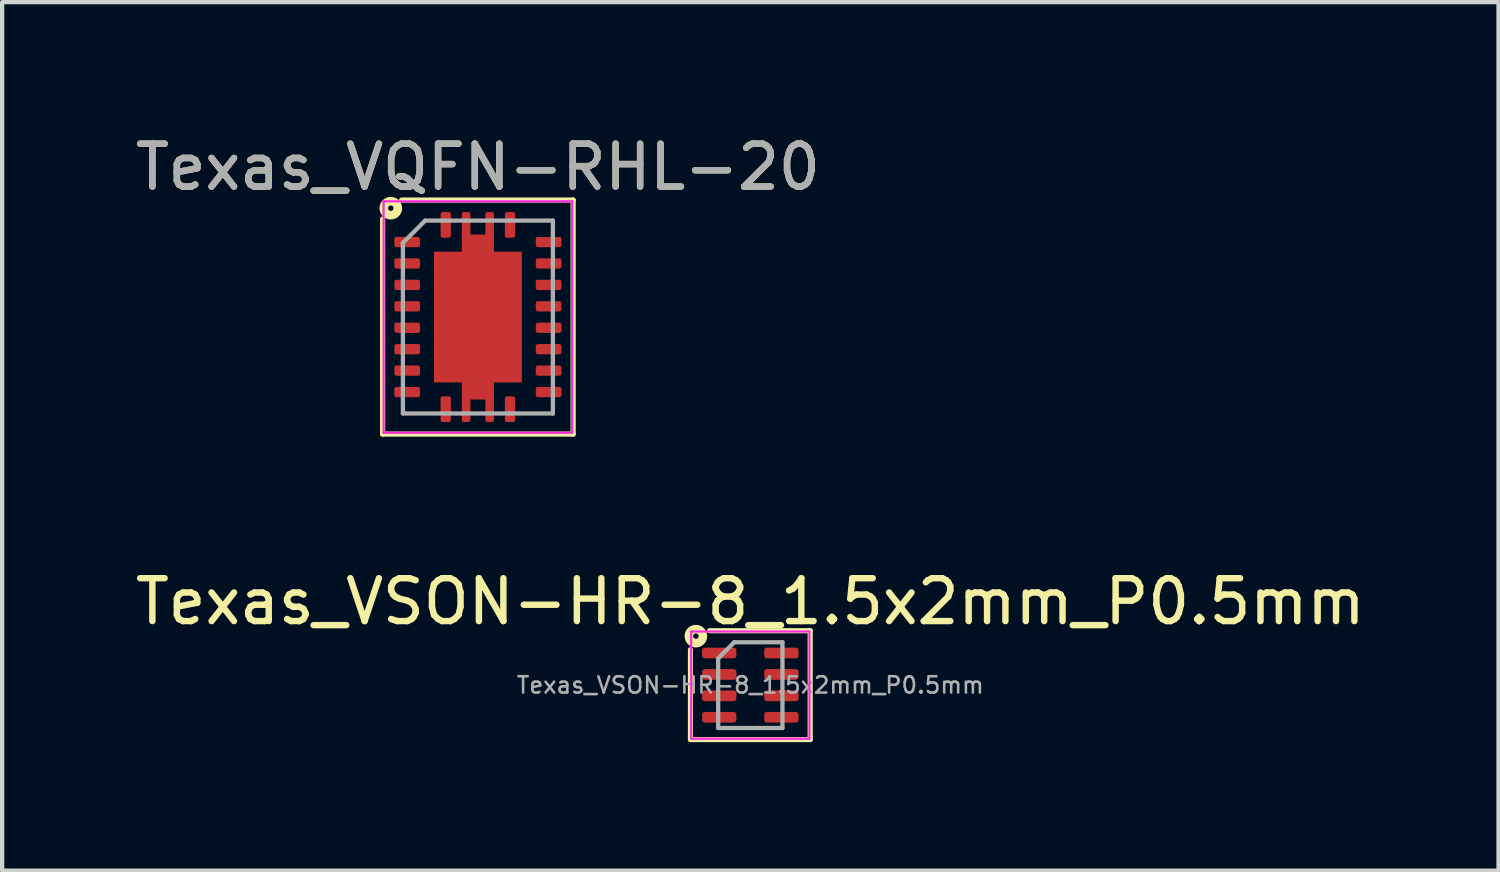
<source format=kicad_pcb>
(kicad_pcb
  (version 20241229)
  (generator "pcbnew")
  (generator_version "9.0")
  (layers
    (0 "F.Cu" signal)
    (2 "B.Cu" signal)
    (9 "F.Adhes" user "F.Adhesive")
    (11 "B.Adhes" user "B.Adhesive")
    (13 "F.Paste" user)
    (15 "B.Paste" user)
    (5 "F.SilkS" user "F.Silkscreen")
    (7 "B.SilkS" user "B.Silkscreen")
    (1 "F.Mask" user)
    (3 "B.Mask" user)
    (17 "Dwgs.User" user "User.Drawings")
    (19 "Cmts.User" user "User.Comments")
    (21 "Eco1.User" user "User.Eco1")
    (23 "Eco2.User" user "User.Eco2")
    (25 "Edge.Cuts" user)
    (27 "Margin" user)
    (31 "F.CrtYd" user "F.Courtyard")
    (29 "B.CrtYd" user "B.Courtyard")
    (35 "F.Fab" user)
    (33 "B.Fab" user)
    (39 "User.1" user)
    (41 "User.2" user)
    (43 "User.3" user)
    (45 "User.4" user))
  (footprint "Texas_VSON-HR-8_1.5x2mm_P0.5mm"
    (layer "F.Cu")
    (at 14.458 12.937)
    (property "Reference" "Texas_VSON-HR-8_1.5x2mm_P0.5mm" (at 0 -1.95 0) (layer "F.SilkS") (effects (font (size 1 1) (thickness 0.15))))
    (attr smd)
    (fp_line (start -1.397 1.27) (end -1.397 -0.826) (stroke (width 0.12) (type solid)) (layer "F.SilkS"))
    (fp_line (start -0.953 -1.27) (end 1.397 -1.27) (stroke (width 0.12) (type solid)) (layer "F.SilkS"))
    (fp_line (start 1.397 -1.27) (end 1.397 1.27) (stroke (width 0.12) (type solid)) (layer "F.SilkS"))
    (fp_line (start 1.397 1.27) (end -1.397 1.27) (stroke (width 0.12) (type solid)) (layer "F.SilkS"))
    (fp_circle (center -1.27 -1.143) (end -1.206 -1.143) (stroke (width 0.2) (type solid)) (fill no) (layer "F.SilkS"))
    (fp_line (start -1.38 -1.25) (end -1.38 1.25) (stroke (width 0.05) (type solid)) (layer "F.CrtYd"))
    (fp_line (start -1.38 1.25) (end 1.38 1.25) (stroke (width 0.05) (type solid)) (layer "F.CrtYd"))
    (fp_line (start 1.38 -1.25) (end -1.38 -1.25) (stroke (width 0.05) (type solid)) (layer "F.CrtYd"))
    (fp_line (start 1.38 1.25) (end 1.38 -1.25) (stroke (width 0.05) (type solid)) (layer "F.CrtYd"))
    (fp_line (start -0.75 -0.625) (end -0.375 -1) (stroke (width 0.1) (type solid)) (layer "F.Fab"))
    (fp_line (start -0.75 1) (end -0.75 -0.625) (stroke (width 0.1) (type solid)) (layer "F.Fab"))
    (fp_line (start -0.375 -1) (end 0.75 -1) (stroke (width 0.1) (type solid)) (layer "F.Fab"))
    (fp_line (start 0.75 -1) (end 0.75 1) (stroke (width 0.1) (type solid)) (layer "F.Fab"))
    (fp_line (start 0.75 1) (end -0.75 1) (stroke (width 0.1) (type solid)) (layer "F.Fab"))
    (fp_text user "${REFERENCE}" (at 0 0 0) (layer "F.Fab") (effects (font (size 0.38 0.38) (thickness 0.06))))
    (pad "1" smd roundrect (at -0.725 -0.75) (size 0.8 0.25) (layers "F.Cu" "F.Mask" "F.Paste") (roundrect_rratio 0.25))
    (pad "2" smd roundrect (at -0.725 -0.25) (size 0.8 0.25) (layers "F.Cu" "F.Mask" "F.Paste") (roundrect_rratio 0.25))
    (pad "3" smd roundrect (at -0.725 0.25) (size 0.8 0.25) (layers "F.Cu" "F.Mask" "F.Paste") (roundrect_rratio 0.25))
    (pad "4" smd roundrect (at -0.725 0.75) (size 0.8 0.25) (layers "F.Cu" "F.Mask" "F.Paste") (roundrect_rratio 0.25))
    (pad "5" smd roundrect (at 0.725 0.75) (size 0.8 0.25) (layers "F.Cu" "F.Mask" "F.Paste") (roundrect_rratio 0.25))
    (pad "6" smd roundrect (at 0.725 0.25) (size 0.8 0.25) (layers "F.Cu" "F.Mask" "F.Paste") (roundrect_rratio 0.25))
    (pad "7" smd roundrect (at 0.725 -0.25) (size 0.8 0.25) (layers "F.Cu" "F.Mask" "F.Paste") (roundrect_rratio 0.25))
    (pad "8" smd roundrect (at 0.725 -0.75) (size 0.8 0.25) (layers "F.Cu" "F.Mask" "F.Paste") (roundrect_rratio 0.25)))
  (footprint "Texas_VQFN-RHL-20"
    (layer "F.Cu")
    (at 8.101 4.348)
    (property "Reference" "Texas_VQFN-RHL-20" (at 0 -3.5 0) (layer "F.SilkS") (effects (font (size 1 1) (thickness 0.15))))
    (attr smd)
    (fp_line (start -2.223 -2.286) (end -2.223 2.731) (stroke (width 0.12) (type solid)) (layer "F.SilkS"))
    (fp_line (start -2.223 2.731) (end 2.223 2.731) (stroke (width 0.12) (type solid)) (layer "F.SilkS"))
    (fp_line (start 2.223 -2.731) (end -1.778 -2.731) (stroke (width 0.12) (type solid)) (layer "F.SilkS"))
    (fp_line (start 2.223 2.731) (end 2.223 -2.731) (stroke (width 0.12) (type solid)) (layer "F.SilkS"))
    (fp_circle (center -2.032 -2.54) (end -1.968 -2.54) (stroke (width 0.2) (type solid)) (fill no) (layer "F.SilkS"))
    (fp_line (start -2.2 -2.7) (end -2.2 2.7) (stroke (width 0.05) (type solid)) (layer "F.CrtYd"))
    (fp_line (start -2.2 -2.7) (end 2.2 -2.7) (stroke (width 0.05) (type solid)) (layer "F.CrtYd"))
    (fp_line (start -2.2 2.7) (end 2.2 2.7) (stroke (width 0.05) (type solid)) (layer "F.CrtYd"))
    (fp_line (start 2.2 -2.7) (end 2.2 2.7) (stroke (width 0.05) (type solid)) (layer "F.CrtYd"))
    (fp_line (start -1.75 -1.73) (end -1.75 2.25) (stroke (width 0.1) (type solid)) (layer "F.Fab"))
    (fp_line (start -1.75 -1.73) (end -1.23 -2.25) (stroke (width 0.1) (type solid)) (layer "F.Fab"))
    (fp_line (start -1.75 2.25) (end 1.75 2.25) (stroke (width 0.1) (type solid)) (layer "F.Fab"))
    (fp_line (start -1.23 -2.25) (end 1.75 -2.25) (stroke (width 0.1) (type solid)) (layer "F.Fab"))
    (fp_line (start 1.75 -2.25) (end 1.75 2.25) (stroke (width 0.1) (type solid)) (layer "F.Fab"))
    (fp_text user "${REFERENCE}" (at 0 -3.5 0) (layer "F.Fab") (effects (font (size 1 1) (thickness 0.15))))
    (pad "" smd rect (at -0.56 -1.05) (size 0.92 0.85) (layers "F.Paste"))
    (pad "" smd rect (at -0.56 0) (size 0.92 0.85) (layers "F.Paste"))
    (pad "" smd rect (at -0.56 1.05) (size 0.92 0.85) (layers "F.Paste"))
    (pad "" smd rect (at 0 -1.8) (size 0.75 0.25) (layers "F.Paste"))
    (pad "" smd rect (at 0 1.8) (size 0.75 0.25) (layers "F.Paste"))
    (pad "" smd rect (at 0.56 -1.05) (size 0.92 0.85) (layers "F.Paste"))
    (pad "" smd rect (at 0.56 0) (size 0.92 0.85) (layers "F.Paste"))
    (pad "" smd rect (at 0.56 1.05) (size 0.92 0.85) (layers "F.Paste"))
    (pad "1" smd roundrect (at -0.75 -2.15) (size 0.24 0.6) (layers "F.Cu" "F.Mask" "F.Paste") (roundrect_rratio 0.21))
    (pad "2" smd roundrect (at -1.65 -1.75) (size 0.6 0.24) (layers "F.Cu" "F.Mask" "F.Paste") (roundrect_rratio 0.21))
    (pad "3" smd roundrect (at -1.65 -1.25) (size 0.6 0.24) (layers "F.Cu" "F.Mask" "F.Paste") (roundrect_rratio 0.21))
    (pad "4" smd roundrect (at -1.65 -0.75) (size 0.6 0.24) (layers "F.Cu" "F.Mask" "F.Paste") (roundrect_rratio 0.21))
    (pad "5" smd roundrect (at -1.65 -0.25) (size 0.6 0.24) (layers "F.Cu" "F.Mask" "F.Paste") (roundrect_rratio 0.21))
    (pad "6" smd roundrect (at -1.65 0.25) (size 0.6 0.24) (layers "F.Cu" "F.Mask" "F.Paste") (roundrect_rratio 0.21))
    (pad "7" smd roundrect (at -1.65 0.75) (size 0.6 0.24) (layers "F.Cu" "F.Mask" "F.Paste") (roundrect_rratio 0.21))
    (pad "8" smd roundrect (at -1.65 1.25) (size 0.6 0.24) (layers "F.Cu" "F.Mask" "F.Paste") (roundrect_rratio 0.21))
    (pad "9" smd roundrect (at -1.65 1.75) (size 0.6 0.24) (layers "F.Cu" "F.Mask" "F.Paste") (roundrect_rratio 0.21))
    (pad "10" smd roundrect (at -0.75 2.15) (size 0.24 0.6) (layers "F.Cu" "F.Mask" "F.Paste") (roundrect_rratio 0.21))
    (pad "11" smd roundrect (at 0.75 2.15) (size 0.24 0.6) (layers "F.Cu" "F.Mask" "F.Paste") (roundrect_rratio 0.21))
    (pad "12" smd roundrect (at 1.65 1.75) (size 0.6 0.24) (layers "F.Cu" "F.Mask" "F.Paste") (roundrect_rratio 0.21))
    (pad "13" smd roundrect (at 1.65 1.25) (size 0.6 0.24) (layers "F.Cu" "F.Mask" "F.Paste") (roundrect_rratio 0.21))
    (pad "14" smd roundrect (at 1.65 0.75) (size 0.6 0.24) (layers "F.Cu" "F.Mask" "F.Paste") (roundrect_rratio 0.21))
    (pad "15" smd roundrect (at 1.65 0.25) (size 0.6 0.24) (layers "F.Cu" "F.Mask" "F.Paste") (roundrect_rratio 0.21))
    (pad "16" smd roundrect (at 1.65 -0.25) (size 0.6 0.24) (layers "F.Cu" "F.Mask" "F.Paste") (roundrect_rratio 0.21))
    (pad "17" smd roundrect (at 1.65 -0.75) (size 0.6 0.24) (layers "F.Cu" "F.Mask" "F.Paste") (roundrect_rratio 0.21))
    (pad "18" smd roundrect (at 1.65 -1.25) (size 0.6 0.24) (layers "F.Cu" "F.Mask" "F.Paste") (roundrect_rratio 0.21))
    (pad "19" smd roundrect (at 1.65 -1.75) (size 0.6 0.24) (layers "F.Cu" "F.Mask" "F.Paste") (roundrect_rratio 0.21))
    (pad "20" smd roundrect (at 0.75 -2.15) (size 0.24 0.6) (layers "F.Cu" "F.Mask" "F.Paste") (roundrect_rratio 0.21))
    (pad "21" smd roundrect (at -0.275 -2.15) (size 0.2 0.6) (layers "F.Cu" "F.Mask" "F.Paste") (roundrect_rratio 0.25))
    (pad "21" smd roundrect (at -0.275 2.15) (size 0.2 0.6) (layers "F.Cu" "F.Mask" "F.Paste") (roundrect_rratio 0.25))
    (pad "21" smd custom (at 0 0) (size 1.524 1.524) (layers "F.Cu" "F.Mask") (options (anchor rect)) (primitives (gr_poly (pts (xy 0.375 -1.525) (xy 1.025 -1.525) (xy 1.025 1.525) (xy 0.375 1.525) (xy 0.375 1.925) (xy -0.375 1.925) (xy -0.375 1.525) (xy -1.025 1.525) (xy -1.025 -1.525) (xy -0.375 -1.525) (xy -0.375 -1.925) (xy 0.375 -1.925)) (width 0) (fill yes))))
    (pad "21" smd roundrect (at 0.275 -2.15) (size 0.2 0.6) (layers "F.Cu" "F.Mask" "F.Paste") (roundrect_rratio 0.25))
    (pad "21" smd roundrect (at 0.275 2.15) (size 0.2 0.6) (layers "F.Cu" "F.Mask" "F.Paste") (roundrect_rratio 0.25)))
  (gr_rect
    (start -3 -3)
    (end 31.917 17.267)
    (stroke (width 0.1) (type default))
    (fill no)
    (layer "Edge.Cuts")))
</source>
